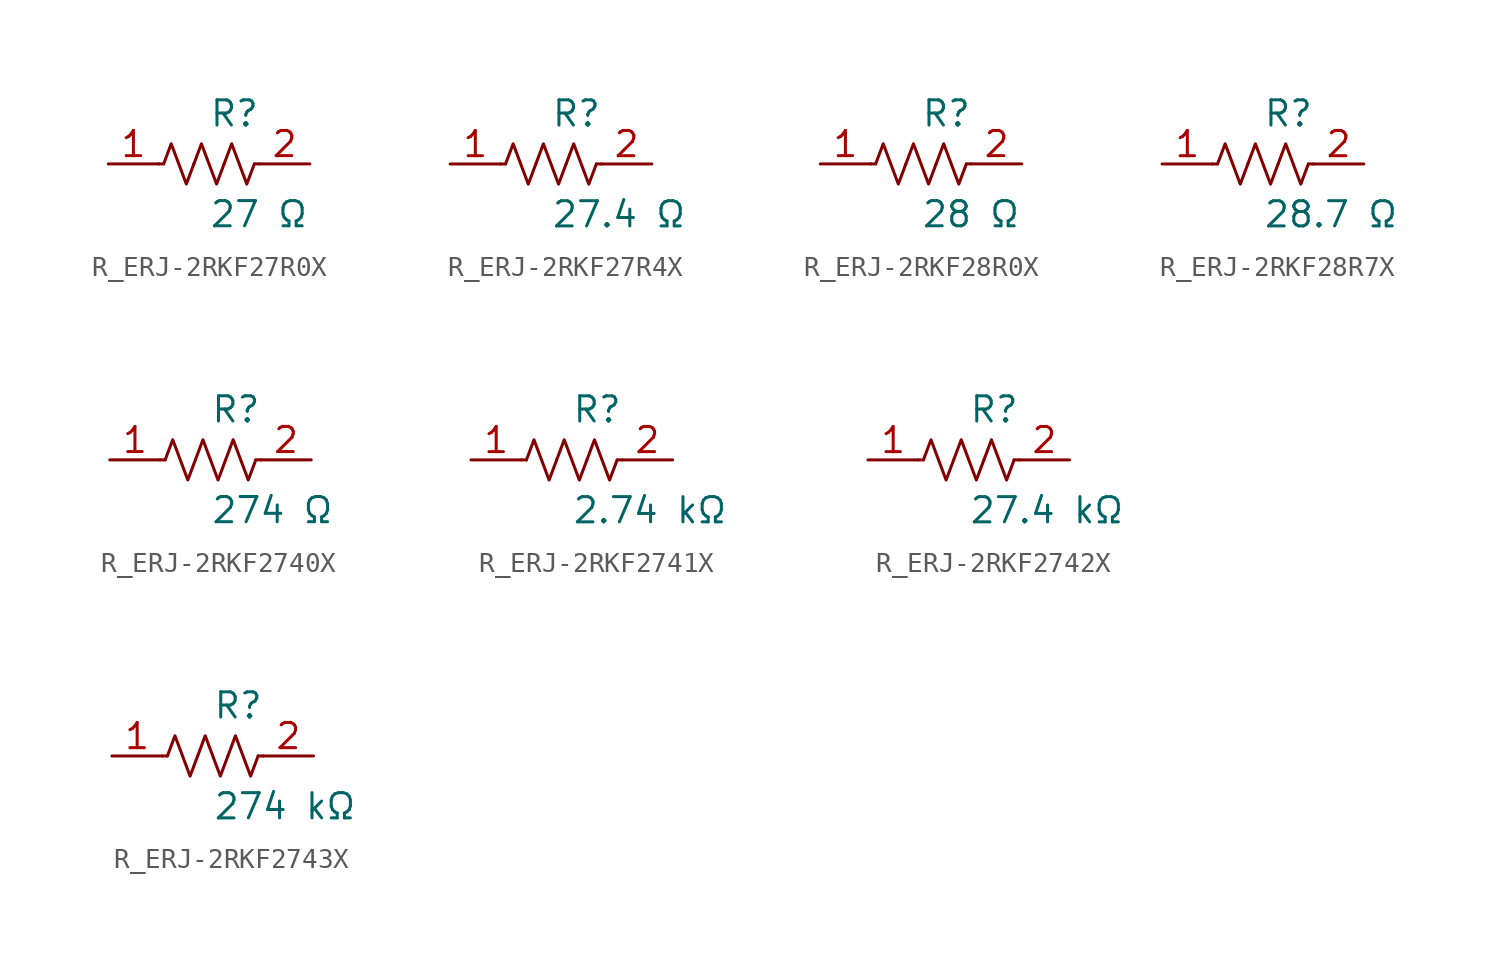
<source format=kicad_sym>
(kicad_symbol_lib
  (version 20231120)
  (generator kicad_symbol_editor)
  (generator_version 8.0)
  (symbol "R_ERJ-2RKF27R0X"
    (pin_names
      (offset 0.254))
    (property "Reference" "R"
      (at 0 2.54 0)
      (effects (font (size 1.27 1.27)) (justify left)))
    (property "Value" "27 Ω"
      (at 0 -2.54 0)
      (effects (font (size 1.27 1.27)) (justify left)))
    (symbol "R_ERJ-2RKF27R0X_0_1"
      (polyline (pts (xy 2.286 0) (xy 2.54 0)) (stroke (width 0) (type default)) (fill (type none)))
      (polyline (pts (xy -2.286 0) (xy -2.54 0)) (stroke (width 0) (type default)) (fill (type none)))
      (polyline (pts (xy 0.762 0) (xy 1.143 1.016) (xy 1.524 0) (xy 1.905 -1.016) (xy 2.286 0)) (stroke (width 0) (type default)) (fill (type none)))
      (polyline (pts (xy -0.762 0) (xy -0.381 1.016) (xy 0 0) (xy 0.381 -1.016) (xy 0.762 0)) (stroke (width 0) (type default)) (fill (type none)))
      (polyline (pts (xy -2.286 0) (xy -1.905 1.016) (xy -1.524 0) (xy -1.143 -1.016) (xy -0.762 0)) (stroke (width 0) (type default)) (fill (type none))))
    (pin passive line
      (at -5.08 0 0)
      (length 2.54)
      (name "" (effects (font (size 1.27 1.27))))
      (number "1" (effects (font (size 1.27 1.27)))))
    (pin passive line
      (at 5.08 0 180)
      (length 2.54)
      (name "" (effects (font (size 1.27 1.27))))
      (number "2" (effects (font (size 1.27 1.27))))))
  (symbol "R_ERJ-2RKF27R4X"
    (pin_names
      (offset 0.254))
    (property "Reference" "R"
      (at 0 2.54 0)
      (effects (font (size 1.27 1.27)) (justify left)))
    (property "Value" "27.4 Ω"
      (at 0 -2.54 0)
      (effects (font (size 1.27 1.27)) (justify left)))
    (symbol "R_ERJ-2RKF27R4X_0_1"
      (polyline (pts (xy 2.286 0) (xy 2.54 0)) (stroke (width 0) (type default)) (fill (type none)))
      (polyline (pts (xy -2.286 0) (xy -2.54 0)) (stroke (width 0) (type default)) (fill (type none)))
      (polyline (pts (xy 0.762 0) (xy 1.143 1.016) (xy 1.524 0) (xy 1.905 -1.016) (xy 2.286 0)) (stroke (width 0) (type default)) (fill (type none)))
      (polyline (pts (xy -0.762 0) (xy -0.381 1.016) (xy 0 0) (xy 0.381 -1.016) (xy 0.762 0)) (stroke (width 0) (type default)) (fill (type none)))
      (polyline (pts (xy -2.286 0) (xy -1.905 1.016) (xy -1.524 0) (xy -1.143 -1.016) (xy -0.762 0)) (stroke (width 0) (type default)) (fill (type none))))
    (pin passive line
      (at -5.08 0 0)
      (length 2.54)
      (name "" (effects (font (size 1.27 1.27))))
      (number "1" (effects (font (size 1.27 1.27)))))
    (pin passive line
      (at 5.08 0 180)
      (length 2.54)
      (name "" (effects (font (size 1.27 1.27))))
      (number "2" (effects (font (size 1.27 1.27))))))
  (symbol "R_ERJ-2RKF28R0X"
    (pin_names
      (offset 0.254))
    (property "Reference" "R"
      (at 0 2.54 0)
      (effects (font (size 1.27 1.27)) (justify left)))
    (property "Value" "28 Ω"
      (at 0 -2.54 0)
      (effects (font (size 1.27 1.27)) (justify left)))
    (symbol "R_ERJ-2RKF28R0X_0_1"
      (polyline (pts (xy 2.286 0) (xy 2.54 0)) (stroke (width 0) (type default)) (fill (type none)))
      (polyline (pts (xy -2.286 0) (xy -2.54 0)) (stroke (width 0) (type default)) (fill (type none)))
      (polyline (pts (xy 0.762 0) (xy 1.143 1.016) (xy 1.524 0) (xy 1.905 -1.016) (xy 2.286 0)) (stroke (width 0) (type default)) (fill (type none)))
      (polyline (pts (xy -0.762 0) (xy -0.381 1.016) (xy 0 0) (xy 0.381 -1.016) (xy 0.762 0)) (stroke (width 0) (type default)) (fill (type none)))
      (polyline (pts (xy -2.286 0) (xy -1.905 1.016) (xy -1.524 0) (xy -1.143 -1.016) (xy -0.762 0)) (stroke (width 0) (type default)) (fill (type none))))
    (pin passive line
      (at -5.08 0 0)
      (length 2.54)
      (name "" (effects (font (size 1.27 1.27))))
      (number "1" (effects (font (size 1.27 1.27)))))
    (pin passive line
      (at 5.08 0 180)
      (length 2.54)
      (name "" (effects (font (size 1.27 1.27))))
      (number "2" (effects (font (size 1.27 1.27))))))
  (symbol "R_ERJ-2RKF28R7X"
    (pin_names
      (offset 0.254))
    (property "Reference" "R"
      (at 0 2.54 0)
      (effects (font (size 1.27 1.27)) (justify left)))
    (property "Value" "28.7 Ω"
      (at 0 -2.54 0)
      (effects (font (size 1.27 1.27)) (justify left)))
    (symbol "R_ERJ-2RKF28R7X_0_1"
      (polyline (pts (xy 2.286 0) (xy 2.54 0)) (stroke (width 0) (type default)) (fill (type none)))
      (polyline (pts (xy -2.286 0) (xy -2.54 0)) (stroke (width 0) (type default)) (fill (type none)))
      (polyline (pts (xy 0.762 0) (xy 1.143 1.016) (xy 1.524 0) (xy 1.905 -1.016) (xy 2.286 0)) (stroke (width 0) (type default)) (fill (type none)))
      (polyline (pts (xy -0.762 0) (xy -0.381 1.016) (xy 0 0) (xy 0.381 -1.016) (xy 0.762 0)) (stroke (width 0) (type default)) (fill (type none)))
      (polyline (pts (xy -2.286 0) (xy -1.905 1.016) (xy -1.524 0) (xy -1.143 -1.016) (xy -0.762 0)) (stroke (width 0) (type default)) (fill (type none))))
    (pin passive line
      (at -5.08 0 0)
      (length 2.54)
      (name "" (effects (font (size 1.27 1.27))))
      (number "1" (effects (font (size 1.27 1.27)))))
    (pin passive line
      (at 5.08 0 180)
      (length 2.54)
      (name "" (effects (font (size 1.27 1.27))))
      (number "2" (effects (font (size 1.27 1.27))))))
  (symbol "R_ERJ-2RKF2740X"
    (pin_names
      (offset 0.254))
    (property "Reference" "R"
      (at 0 2.54 0)
      (effects (font (size 1.27 1.27)) (justify left)))
    (property "Value" "274 Ω"
      (at 0 -2.54 0)
      (effects (font (size 1.27 1.27)) (justify left)))
    (symbol "R_ERJ-2RKF2740X_0_1"
      (polyline (pts (xy 2.286 0) (xy 2.54 0)) (stroke (width 0) (type default)) (fill (type none)))
      (polyline (pts (xy -2.286 0) (xy -2.54 0)) (stroke (width 0) (type default)) (fill (type none)))
      (polyline (pts (xy 0.762 0) (xy 1.143 1.016) (xy 1.524 0) (xy 1.905 -1.016) (xy 2.286 0)) (stroke (width 0) (type default)) (fill (type none)))
      (polyline (pts (xy -0.762 0) (xy -0.381 1.016) (xy 0 0) (xy 0.381 -1.016) (xy 0.762 0)) (stroke (width 0) (type default)) (fill (type none)))
      (polyline (pts (xy -2.286 0) (xy -1.905 1.016) (xy -1.524 0) (xy -1.143 -1.016) (xy -0.762 0)) (stroke (width 0) (type default)) (fill (type none))))
    (pin passive line
      (at -5.08 0 0)
      (length 2.54)
      (name "" (effects (font (size 1.27 1.27))))
      (number "1" (effects (font (size 1.27 1.27)))))
    (pin passive line
      (at 5.08 0 180)
      (length 2.54)
      (name "" (effects (font (size 1.27 1.27))))
      (number "2" (effects (font (size 1.27 1.27))))))
  (symbol "R_ERJ-2RKF2741X"
    (pin_names
      (offset 0.254))
    (property "Reference" "R"
      (at 0 2.54 0)
      (effects (font (size 1.27 1.27)) (justify left)))
    (property "Value" "2.74 kΩ"
      (at 0 -2.54 0)
      (effects (font (size 1.27 1.27)) (justify left)))
    (symbol "R_ERJ-2RKF2741X_0_1"
      (polyline (pts (xy 2.286 0) (xy 2.54 0)) (stroke (width 0) (type default)) (fill (type none)))
      (polyline (pts (xy -2.286 0) (xy -2.54 0)) (stroke (width 0) (type default)) (fill (type none)))
      (polyline (pts (xy 0.762 0) (xy 1.143 1.016) (xy 1.524 0) (xy 1.905 -1.016) (xy 2.286 0)) (stroke (width 0) (type default)) (fill (type none)))
      (polyline (pts (xy -0.762 0) (xy -0.381 1.016) (xy 0 0) (xy 0.381 -1.016) (xy 0.762 0)) (stroke (width 0) (type default)) (fill (type none)))
      (polyline (pts (xy -2.286 0) (xy -1.905 1.016) (xy -1.524 0) (xy -1.143 -1.016) (xy -0.762 0)) (stroke (width 0) (type default)) (fill (type none))))
    (pin passive line
      (at -5.08 0 0)
      (length 2.54)
      (name "" (effects (font (size 1.27 1.27))))
      (number "1" (effects (font (size 1.27 1.27)))))
    (pin passive line
      (at 5.08 0 180)
      (length 2.54)
      (name "" (effects (font (size 1.27 1.27))))
      (number "2" (effects (font (size 1.27 1.27))))))
  (symbol "R_ERJ-2RKF2742X"
    (pin_names
      (offset 0.254))
    (property "Reference" "R"
      (at 0 2.54 0)
      (effects (font (size 1.27 1.27)) (justify left)))
    (property "Value" "27.4 kΩ"
      (at 0 -2.54 0)
      (effects (font (size 1.27 1.27)) (justify left)))
    (symbol "R_ERJ-2RKF2742X_0_1"
      (polyline (pts (xy 2.286 0) (xy 2.54 0)) (stroke (width 0) (type default)) (fill (type none)))
      (polyline (pts (xy -2.286 0) (xy -2.54 0)) (stroke (width 0) (type default)) (fill (type none)))
      (polyline (pts (xy 0.762 0) (xy 1.143 1.016) (xy 1.524 0) (xy 1.905 -1.016) (xy 2.286 0)) (stroke (width 0) (type default)) (fill (type none)))
      (polyline (pts (xy -0.762 0) (xy -0.381 1.016) (xy 0 0) (xy 0.381 -1.016) (xy 0.762 0)) (stroke (width 0) (type default)) (fill (type none)))
      (polyline (pts (xy -2.286 0) (xy -1.905 1.016) (xy -1.524 0) (xy -1.143 -1.016) (xy -0.762 0)) (stroke (width 0) (type default)) (fill (type none))))
    (pin passive line
      (at -5.08 0 0)
      (length 2.54)
      (name "" (effects (font (size 1.27 1.27))))
      (number "1" (effects (font (size 1.27 1.27)))))
    (pin passive line
      (at 5.08 0 180)
      (length 2.54)
      (name "" (effects (font (size 1.27 1.27))))
      (number "2" (effects (font (size 1.27 1.27))))))
  (symbol "R_ERJ-2RKF2743X"
    (pin_names
      (offset 0.254))
    (property "Reference" "R"
      (at 0 2.54 0)
      (effects (font (size 1.27 1.27)) (justify left)))
    (property "Value" "274 kΩ"
      (at 0 -2.54 0)
      (effects (font (size 1.27 1.27)) (justify left)))
    (symbol "R_ERJ-2RKF2743X_0_1"
      (polyline (pts (xy 2.286 0) (xy 2.54 0)) (stroke (width 0) (type default)) (fill (type none)))
      (polyline (pts (xy -2.286 0) (xy -2.54 0)) (stroke (width 0) (type default)) (fill (type none)))
      (polyline (pts (xy 0.762 0) (xy 1.143 1.016) (xy 1.524 0) (xy 1.905 -1.016) (xy 2.286 0)) (stroke (width 0) (type default)) (fill (type none)))
      (polyline (pts (xy -0.762 0) (xy -0.381 1.016) (xy 0 0) (xy 0.381 -1.016) (xy 0.762 0)) (stroke (width 0) (type default)) (fill (type none)))
      (polyline (pts (xy -2.286 0) (xy -1.905 1.016) (xy -1.524 0) (xy -1.143 -1.016) (xy -0.762 0)) (stroke (width 0) (type default)) (fill (type none))))
    (pin passive line
      (at -5.08 0 0)
      (length 2.54)
      (name "" (effects (font (size 1.27 1.27))))
      (number "1" (effects (font (size 1.27 1.27)))))
    (pin passive line
      (at 5.08 0 180)
      (length 2.54)
      (name "" (effects (font (size 1.27 1.27))))
      (number "2" (effects (font (size 1.27 1.27)))))))
</source>
